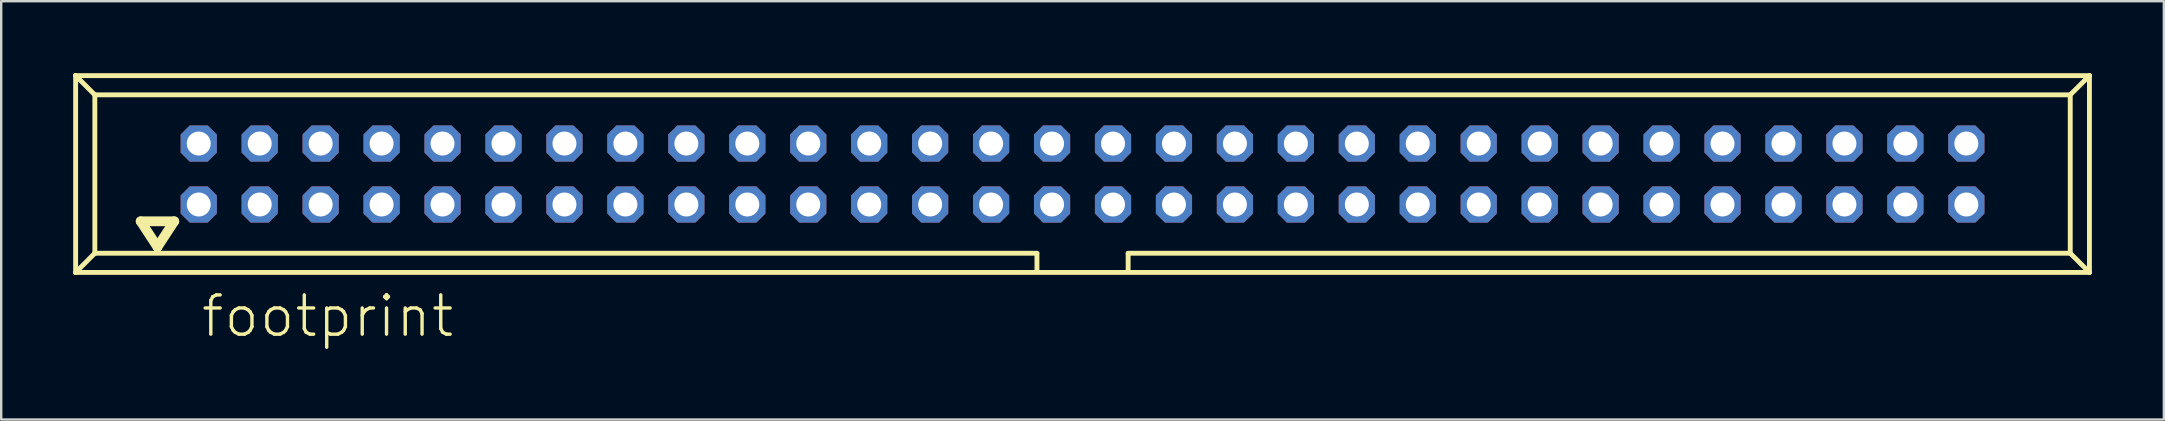
<source format=kicad_pcb>
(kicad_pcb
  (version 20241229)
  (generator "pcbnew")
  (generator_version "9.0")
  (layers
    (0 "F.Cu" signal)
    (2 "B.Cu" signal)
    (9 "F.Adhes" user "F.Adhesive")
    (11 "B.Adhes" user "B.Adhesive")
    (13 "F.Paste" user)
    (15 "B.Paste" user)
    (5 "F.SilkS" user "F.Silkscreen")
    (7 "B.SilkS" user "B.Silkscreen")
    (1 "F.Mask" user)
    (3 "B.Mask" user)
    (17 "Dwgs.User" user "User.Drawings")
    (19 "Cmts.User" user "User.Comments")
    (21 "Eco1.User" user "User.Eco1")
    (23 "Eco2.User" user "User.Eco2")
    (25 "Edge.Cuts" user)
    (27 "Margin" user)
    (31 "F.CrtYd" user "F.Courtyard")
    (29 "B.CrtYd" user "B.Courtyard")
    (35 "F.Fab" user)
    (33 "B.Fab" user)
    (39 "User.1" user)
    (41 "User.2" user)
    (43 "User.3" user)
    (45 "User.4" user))
  (footprint "footprint"
    (layer "F.Cu")
    (at 42.062 4.202)
    (property "Reference" "footprint" (at -36.81 6.88 0) (layer "F.SilkS") (effects (font (size 1.636 1.636) (thickness 0.142)) (justify left bottom)))
    (fp_line (start -41.96 -4.1) (end -41.16 -3.3) (stroke (width 0.203) (type solid)) (layer "F.SilkS"))
    (fp_line (start -41.96 4.1) (end -41.96 -4.1) (stroke (width 0.203) (type solid)) (layer "F.SilkS"))
    (fp_line (start -41.96 4.1) (end -41.16 3.3) (stroke (width 0.203) (type solid)) (layer "F.SilkS"))
    (fp_line (start -41.96 4.1) (end 41.96 4.1) (stroke (width 0.203) (type solid)) (layer "F.SilkS"))
    (fp_line (start -41.16 -3.3) (end 41.16 -3.3) (stroke (width 0.203) (type solid)) (layer "F.SilkS"))
    (fp_line (start -41.16 3.3) (end -41.16 -3.3) (stroke (width 0.203) (type solid)) (layer "F.SilkS"))
    (fp_line (start -39.25 1.97) (end -38.55 3.04) (stroke (width 0.406) (type solid)) (layer "F.SilkS"))
    (fp_line (start -38.55 3.04) (end -37.85 1.97) (stroke (width 0.406) (type solid)) (layer "F.SilkS"))
    (fp_line (start -37.85 1.97) (end -39.25 1.97) (stroke (width 0.406) (type solid)) (layer "F.SilkS"))
    (fp_line (start -1.9 3.3) (end -41.16 3.3) (stroke (width 0.203) (type solid)) (layer "F.SilkS"))
    (fp_line (start -1.9 3.32) (end -1.9 4.03) (stroke (width 0.203) (type solid)) (layer "F.SilkS"))
    (fp_line (start 1.9 3.32) (end 1.9 4.03) (stroke (width 0.203) (type solid)) (layer "F.SilkS"))
    (fp_line (start 41.16 -3.3) (end 41.16 3.3) (stroke (width 0.203) (type solid)) (layer "F.SilkS"))
    (fp_line (start 41.16 3.3) (end 1.9 3.3) (stroke (width 0.203) (type solid)) (layer "F.SilkS"))
    (fp_line (start 41.16 3.3) (end 41.96 4.1) (stroke (width 0.203) (type solid)) (layer "F.SilkS"))
    (fp_line (start 41.96 -4.1) (end -41.96 -4.1) (stroke (width 0.203) (type solid)) (layer "F.SilkS"))
    (fp_line (start 41.96 -4.1) (end 41.16 -3.3) (stroke (width 0.203) (type solid)) (layer "F.SilkS"))
    (fp_line (start 41.96 4.1) (end 41.96 -4.1) (stroke (width 0.203) (type solid)) (layer "F.SilkS"))
    (pad "1" thru_hole roundrect (at -36.83 1.27) (size 1.508 1.508) (drill 1) (layers "*.Cu" "*.Mask") (roundrect_rratio 0.25) (chamfer_ratio 0.25) (chamfer top_left top_right bottom_left bottom_right))
    (pad "2" thru_hole roundrect (at -36.83 -1.27) (size 1.508 1.508) (drill 1) (layers "*.Cu" "*.Mask") (roundrect_rratio 0.25) (chamfer_ratio 0.25) (chamfer top_left top_right bottom_left bottom_right))
    (pad "3" thru_hole roundrect (at -34.29 1.27) (size 1.508 1.508) (drill 1) (layers "*.Cu" "*.Mask") (roundrect_rratio 0.25) (chamfer_ratio 0.25) (chamfer top_left top_right bottom_left bottom_right))
    (pad "4" thru_hole roundrect (at -34.29 -1.27) (size 1.508 1.508) (drill 1) (layers "*.Cu" "*.Mask") (roundrect_rratio 0.25) (chamfer_ratio 0.25) (chamfer top_left top_right bottom_left bottom_right))
    (pad "5" thru_hole roundrect (at -31.75 1.27) (size 1.508 1.508) (drill 1) (layers "*.Cu" "*.Mask") (roundrect_rratio 0.25) (chamfer_ratio 0.25) (chamfer top_left top_right bottom_left bottom_right))
    (pad "6" thru_hole roundrect (at -31.75 -1.27) (size 1.508 1.508) (drill 1) (layers "*.Cu" "*.Mask") (roundrect_rratio 0.25) (chamfer_ratio 0.25) (chamfer top_left top_right bottom_left bottom_right))
    (pad "7" thru_hole roundrect (at -29.21 1.27) (size 1.508 1.508) (drill 1) (layers "*.Cu" "*.Mask") (roundrect_rratio 0.25) (chamfer_ratio 0.25) (chamfer top_left top_right bottom_left bottom_right))
    (pad "8" thru_hole roundrect (at -29.21 -1.27) (size 1.508 1.508) (drill 1) (layers "*.Cu" "*.Mask") (roundrect_rratio 0.25) (chamfer_ratio 0.25) (chamfer top_left top_right bottom_left bottom_right))
    (pad "9" thru_hole roundrect (at -26.67 1.27) (size 1.508 1.508) (drill 1) (layers "*.Cu" "*.Mask") (roundrect_rratio 0.25) (chamfer_ratio 0.25) (chamfer top_left top_right bottom_left bottom_right))
    (pad "10" thru_hole roundrect (at -26.67 -1.27) (size 1.508 1.508) (drill 1) (layers "*.Cu" "*.Mask") (roundrect_rratio 0.25) (chamfer_ratio 0.25) (chamfer top_left top_right bottom_left bottom_right))
    (pad "11" thru_hole roundrect (at -24.13 1.27) (size 1.508 1.508) (drill 1) (layers "*.Cu" "*.Mask") (roundrect_rratio 0.25) (chamfer_ratio 0.25) (chamfer top_left top_right bottom_left bottom_right))
    (pad "12" thru_hole roundrect (at -24.13 -1.27) (size 1.508 1.508) (drill 1) (layers "*.Cu" "*.Mask") (roundrect_rratio 0.25) (chamfer_ratio 0.25) (chamfer top_left top_right bottom_left bottom_right))
    (pad "13" thru_hole roundrect (at -21.59 1.27) (size 1.508 1.508) (drill 1) (layers "*.Cu" "*.Mask") (roundrect_rratio 0.25) (chamfer_ratio 0.25) (chamfer top_left top_right bottom_left bottom_right))
    (pad "14" thru_hole roundrect (at -21.59 -1.27) (size 1.508 1.508) (drill 1) (layers "*.Cu" "*.Mask") (roundrect_rratio 0.25) (chamfer_ratio 0.25) (chamfer top_left top_right bottom_left bottom_right))
    (pad "15" thru_hole roundrect (at -19.05 1.27) (size 1.508 1.508) (drill 1) (layers "*.Cu" "*.Mask") (roundrect_rratio 0.25) (chamfer_ratio 0.25) (chamfer top_left top_right bottom_left bottom_right))
    (pad "16" thru_hole roundrect (at -19.05 -1.27) (size 1.508 1.508) (drill 1) (layers "*.Cu" "*.Mask") (roundrect_rratio 0.25) (chamfer_ratio 0.25) (chamfer top_left top_right bottom_left bottom_right))
    (pad "17" thru_hole roundrect (at -16.51 1.27) (size 1.508 1.508) (drill 1) (layers "*.Cu" "*.Mask") (roundrect_rratio 0.25) (chamfer_ratio 0.25) (chamfer top_left top_right bottom_left bottom_right))
    (pad "18" thru_hole roundrect (at -16.51 -1.27) (size 1.508 1.508) (drill 1) (layers "*.Cu" "*.Mask") (roundrect_rratio 0.25) (chamfer_ratio 0.25) (chamfer top_left top_right bottom_left bottom_right))
    (pad "19" thru_hole roundrect (at -13.97 1.27) (size 1.508 1.508) (drill 1) (layers "*.Cu" "*.Mask") (roundrect_rratio 0.25) (chamfer_ratio 0.25) (chamfer top_left top_right bottom_left bottom_right))
    (pad "20" thru_hole roundrect (at -13.97 -1.27) (size 1.508 1.508) (drill 1) (layers "*.Cu" "*.Mask") (roundrect_rratio 0.25) (chamfer_ratio 0.25) (chamfer top_left top_right bottom_left bottom_right))
    (pad "21" thru_hole roundrect (at -11.43 1.27) (size 1.508 1.508) (drill 1) (layers "*.Cu" "*.Mask") (roundrect_rratio 0.25) (chamfer_ratio 0.25) (chamfer top_left top_right bottom_left bottom_right))
    (pad "22" thru_hole roundrect (at -11.43 -1.27) (size 1.508 1.508) (drill 1) (layers "*.Cu" "*.Mask") (roundrect_rratio 0.25) (chamfer_ratio 0.25) (chamfer top_left top_right bottom_left bottom_right))
    (pad "23" thru_hole roundrect (at -8.89 1.27) (size 1.508 1.508) (drill 1) (layers "*.Cu" "*.Mask") (roundrect_rratio 0.25) (chamfer_ratio 0.25) (chamfer top_left top_right bottom_left bottom_right))
    (pad "24" thru_hole roundrect (at -8.89 -1.27) (size 1.508 1.508) (drill 1) (layers "*.Cu" "*.Mask") (roundrect_rratio 0.25) (chamfer_ratio 0.25) (chamfer top_left top_right bottom_left bottom_right))
    (pad "25" thru_hole roundrect (at -6.35 1.27) (size 1.508 1.508) (drill 1) (layers "*.Cu" "*.Mask") (roundrect_rratio 0.25) (chamfer_ratio 0.25) (chamfer top_left top_right bottom_left bottom_right))
    (pad "26" thru_hole roundrect (at -6.35 -1.27) (size 1.508 1.508) (drill 1) (layers "*.Cu" "*.Mask") (roundrect_rratio 0.25) (chamfer_ratio 0.25) (chamfer top_left top_right bottom_left bottom_right))
    (pad "27" thru_hole roundrect (at -3.81 1.27) (size 1.508 1.508) (drill 1) (layers "*.Cu" "*.Mask") (roundrect_rratio 0.25) (chamfer_ratio 0.25) (chamfer top_left top_right bottom_left bottom_right))
    (pad "28" thru_hole roundrect (at -3.81 -1.27) (size 1.508 1.508) (drill 1) (layers "*.Cu" "*.Mask") (roundrect_rratio 0.25) (chamfer_ratio 0.25) (chamfer top_left top_right bottom_left bottom_right))
    (pad "29" thru_hole roundrect (at -1.27 1.27) (size 1.508 1.508) (drill 1) (layers "*.Cu" "*.Mask") (roundrect_rratio 0.25) (chamfer_ratio 0.25) (chamfer top_left top_right bottom_left bottom_right))
    (pad "30" thru_hole roundrect (at -1.27 -1.27) (size 1.508 1.508) (drill 1) (layers "*.Cu" "*.Mask") (roundrect_rratio 0.25) (chamfer_ratio 0.25) (chamfer top_left top_right bottom_left bottom_right))
    (pad "31" thru_hole roundrect (at 1.27 1.27) (size 1.508 1.508) (drill 1) (layers "*.Cu" "*.Mask") (roundrect_rratio 0.25) (chamfer_ratio 0.25) (chamfer top_left top_right bottom_left bottom_right))
    (pad "32" thru_hole roundrect (at 1.27 -1.27) (size 1.508 1.508) (drill 1) (layers "*.Cu" "*.Mask") (roundrect_rratio 0.25) (chamfer_ratio 0.25) (chamfer top_left top_right bottom_left bottom_right))
    (pad "33" thru_hole roundrect (at 3.81 1.27) (size 1.508 1.508) (drill 1) (layers "*.Cu" "*.Mask") (roundrect_rratio 0.25) (chamfer_ratio 0.25) (chamfer top_left top_right bottom_left bottom_right))
    (pad "34" thru_hole roundrect (at 3.81 -1.27) (size 1.508 1.508) (drill 1) (layers "*.Cu" "*.Mask") (roundrect_rratio 0.25) (chamfer_ratio 0.25) (chamfer top_left top_right bottom_left bottom_right))
    (pad "35" thru_hole roundrect (at 6.35 1.27) (size 1.508 1.508) (drill 1) (layers "*.Cu" "*.Mask") (roundrect_rratio 0.25) (chamfer_ratio 0.25) (chamfer top_left top_right bottom_left bottom_right))
    (pad "36" thru_hole roundrect (at 6.35 -1.27) (size 1.508 1.508) (drill 1) (layers "*.Cu" "*.Mask") (roundrect_rratio 0.25) (chamfer_ratio 0.25) (chamfer top_left top_right bottom_left bottom_right))
    (pad "37" thru_hole roundrect (at 8.89 1.27) (size 1.508 1.508) (drill 1) (layers "*.Cu" "*.Mask") (roundrect_rratio 0.25) (chamfer_ratio 0.25) (chamfer top_left top_right bottom_left bottom_right))
    (pad "38" thru_hole roundrect (at 8.89 -1.27) (size 1.508 1.508) (drill 1) (layers "*.Cu" "*.Mask") (roundrect_rratio 0.25) (chamfer_ratio 0.25) (chamfer top_left top_right bottom_left bottom_right))
    (pad "39" thru_hole roundrect (at 11.43 1.27) (size 1.508 1.508) (drill 1) (layers "*.Cu" "*.Mask") (roundrect_rratio 0.25) (chamfer_ratio 0.25) (chamfer top_left top_right bottom_left bottom_right))
    (pad "40" thru_hole roundrect (at 11.43 -1.27) (size 1.508 1.508) (drill 1) (layers "*.Cu" "*.Mask") (roundrect_rratio 0.25) (chamfer_ratio 0.25) (chamfer top_left top_right bottom_left bottom_right))
    (pad "41" thru_hole roundrect (at 13.97 1.27) (size 1.508 1.508) (drill 1) (layers "*.Cu" "*.Mask") (roundrect_rratio 0.25) (chamfer_ratio 0.25) (chamfer top_left top_right bottom_left bottom_right))
    (pad "42" thru_hole roundrect (at 13.97 -1.27) (size 1.508 1.508) (drill 1) (layers "*.Cu" "*.Mask") (roundrect_rratio 0.25) (chamfer_ratio 0.25) (chamfer top_left top_right bottom_left bottom_right))
    (pad "43" thru_hole roundrect (at 16.51 1.27) (size 1.508 1.508) (drill 1) (layers "*.Cu" "*.Mask") (roundrect_rratio 0.25) (chamfer_ratio 0.25) (chamfer top_left top_right bottom_left bottom_right))
    (pad "44" thru_hole roundrect (at 16.51 -1.27) (size 1.508 1.508) (drill 1) (layers "*.Cu" "*.Mask") (roundrect_rratio 0.25) (chamfer_ratio 0.25) (chamfer top_left top_right bottom_left bottom_right))
    (pad "45" thru_hole roundrect (at 19.05 1.27) (size 1.508 1.508) (drill 1) (layers "*.Cu" "*.Mask") (roundrect_rratio 0.25) (chamfer_ratio 0.25) (chamfer top_left top_right bottom_left bottom_right))
    (pad "46" thru_hole roundrect (at 19.05 -1.27) (size 1.508 1.508) (drill 1) (layers "*.Cu" "*.Mask") (roundrect_rratio 0.25) (chamfer_ratio 0.25) (chamfer top_left top_right bottom_left bottom_right))
    (pad "47" thru_hole roundrect (at 21.59 1.27) (size 1.508 1.508) (drill 1) (layers "*.Cu" "*.Mask") (roundrect_rratio 0.25) (chamfer_ratio 0.25) (chamfer top_left top_right bottom_left bottom_right))
    (pad "48" thru_hole roundrect (at 21.59 -1.27) (size 1.508 1.508) (drill 1) (layers "*.Cu" "*.Mask") (roundrect_rratio 0.25) (chamfer_ratio 0.25) (chamfer top_left top_right bottom_left bottom_right))
    (pad "49" thru_hole roundrect (at 24.13 1.27) (size 1.508 1.508) (drill 1) (layers "*.Cu" "*.Mask") (roundrect_rratio 0.25) (chamfer_ratio 0.25) (chamfer top_left top_right bottom_left bottom_right))
    (pad "50" thru_hole roundrect (at 24.13 -1.27) (size 1.508 1.508) (drill 1) (layers "*.Cu" "*.Mask") (roundrect_rratio 0.25) (chamfer_ratio 0.25) (chamfer top_left top_right bottom_left bottom_right))
    (pad "51" thru_hole roundrect (at 26.67 1.27) (size 1.508 1.508) (drill 1) (layers "*.Cu" "*.Mask") (roundrect_rratio 0.25) (chamfer_ratio 0.25) (chamfer top_left top_right bottom_left bottom_right))
    (pad "52" thru_hole roundrect (at 26.67 -1.27) (size 1.508 1.508) (drill 1) (layers "*.Cu" "*.Mask") (roundrect_rratio 0.25) (chamfer_ratio 0.25) (chamfer top_left top_right bottom_left bottom_right))
    (pad "53" thru_hole roundrect (at 29.21 1.27) (size 1.508 1.508) (drill 1) (layers "*.Cu" "*.Mask") (roundrect_rratio 0.25) (chamfer_ratio 0.25) (chamfer top_left top_right bottom_left bottom_right))
    (pad "54" thru_hole roundrect (at 29.21 -1.27) (size 1.508 1.508) (drill 1) (layers "*.Cu" "*.Mask") (roundrect_rratio 0.25) (chamfer_ratio 0.25) (chamfer top_left top_right bottom_left bottom_right))
    (pad "55" thru_hole roundrect (at 31.75 1.27) (size 1.508 1.508) (drill 1) (layers "*.Cu" "*.Mask") (roundrect_rratio 0.25) (chamfer_ratio 0.25) (chamfer top_left top_right bottom_left bottom_right))
    (pad "56" thru_hole roundrect (at 31.75 -1.27) (size 1.508 1.508) (drill 1) (layers "*.Cu" "*.Mask") (roundrect_rratio 0.25) (chamfer_ratio 0.25) (chamfer top_left top_right bottom_left bottom_right))
    (pad "57" thru_hole roundrect (at 34.29 1.27) (size 1.508 1.508) (drill 1) (layers "*.Cu" "*.Mask") (roundrect_rratio 0.25) (chamfer_ratio 0.25) (chamfer top_left top_right bottom_left bottom_right))
    (pad "58" thru_hole roundrect (at 34.29 -1.27) (size 1.508 1.508) (drill 1) (layers "*.Cu" "*.Mask") (roundrect_rratio 0.25) (chamfer_ratio 0.25) (chamfer top_left top_right bottom_left bottom_right))
    (pad "59" thru_hole roundrect (at 36.83 1.27) (size 1.508 1.508) (drill 1) (layers "*.Cu" "*.Mask") (roundrect_rratio 0.25) (chamfer_ratio 0.25) (chamfer top_left top_right bottom_left bottom_right))
    (pad "60" thru_hole roundrect (at 36.83 -1.27) (size 1.508 1.508) (drill 1) (layers "*.Cu" "*.Mask") (roundrect_rratio 0.25) (chamfer_ratio 0.25) (chamfer top_left top_right bottom_left bottom_right)))
  (gr_rect
    (start -3 -3)
    (end 87.123 14.432)
    (stroke (width 0.1) (type default))
    (fill no)
    (layer "Edge.Cuts")))
</source>
